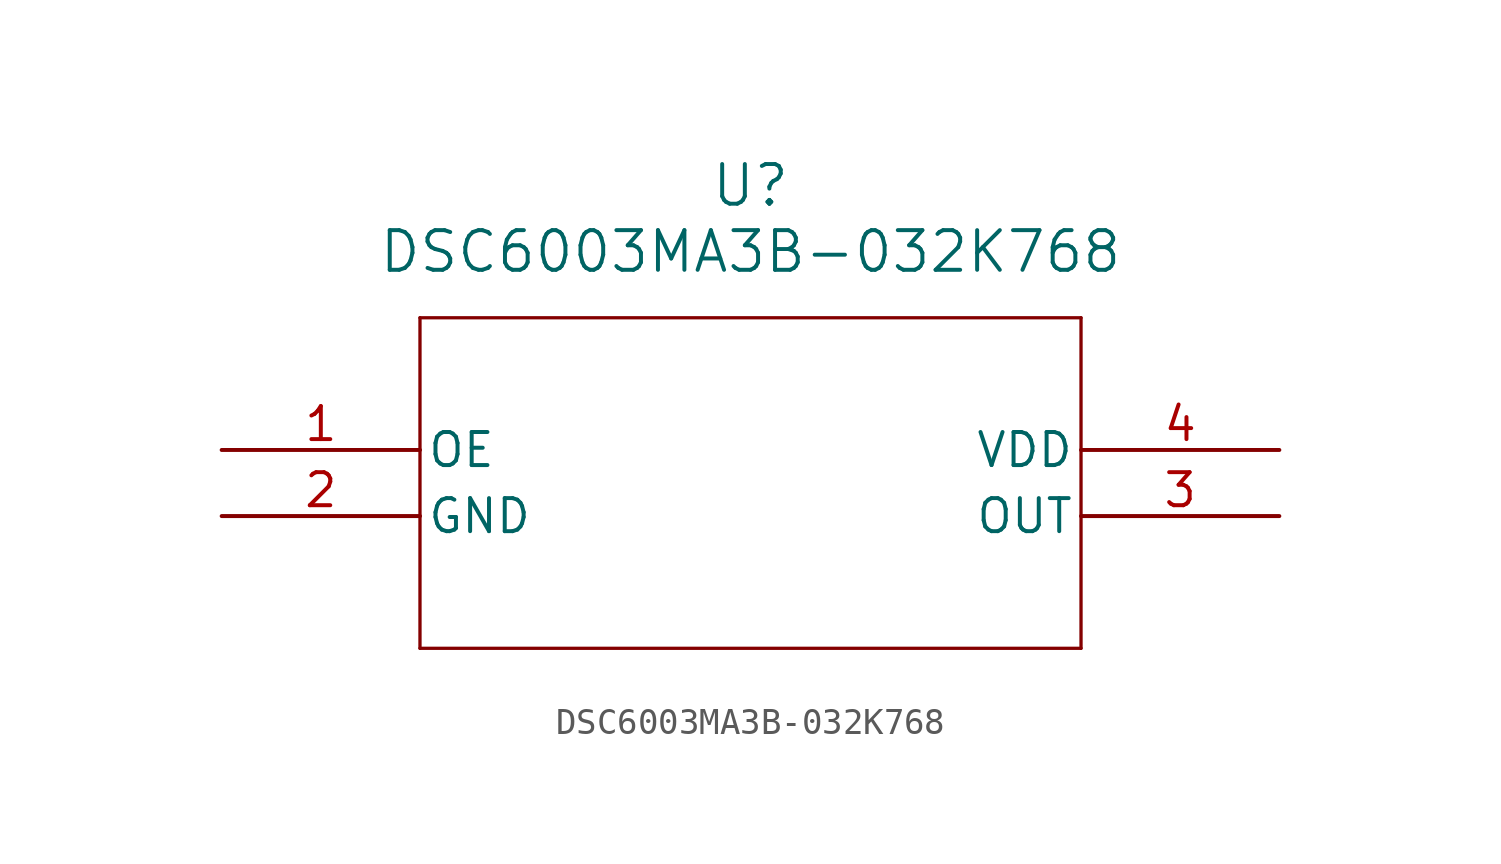
<source format=kicad_sym>
(kicad_symbol_lib
  (version 20211014)
  (generator kicad_symbol_editor)
  (symbol "DSC6003MA3B-032K768"
    (pin_names
      (offset 0.254))
    (property "Reference" "U"
      (at 20.32 10.16 0)
      (effects (font (size 1.524 1.524))))
    (property "Value" "DSC6003MA3B-032K768"
      (at 20.32 7.62 0)
      (effects (font (size 1.524 1.524))))
    (symbol "DSC6003MA3B-032K768_0_1"
      (polyline (pts (xy 7.62 5.08) (xy 7.62 -7.62)) (stroke (width 0.127) (type default) (color 0 0 0 0)) (fill (type none)))
      (polyline (pts (xy 7.62 -7.62) (xy 33.02 -7.62)) (stroke (width 0.127) (type default) (color 0 0 0 0)) (fill (type none)))
      (polyline (pts (xy 33.02 -7.62) (xy 33.02 5.08)) (stroke (width 0.127) (type default) (color 0 0 0 0)) (fill (type none)))
      (polyline (pts (xy 33.02 5.08) (xy 7.62 5.08)) (stroke (width 0.127) (type default) (color 0 0 0 0)) (fill (type none)))
      (pin input line (at 0 0 0) (length 7.62) (name "OE" (effects (font (size 1.27 1.27)))) (number "1" (effects (font (size 1.27 1.27)))))
      (pin power_out line (at 0 -2.54 0) (length 7.62) (name "GND" (effects (font (size 1.27 1.27)))) (number "2" (effects (font (size 1.27 1.27)))))
      (pin output line (at 40.64 -2.54 180) (length 7.62) (name "OUT" (effects (font (size 1.27 1.27)))) (number "3" (effects (font (size 1.27 1.27)))))
      (pin power_in line (at 40.64 0 180) (length 7.62) (name "VDD" (effects (font (size 1.27 1.27)))) (number "4" (effects (font (size 1.27 1.27))))))))
</source>
